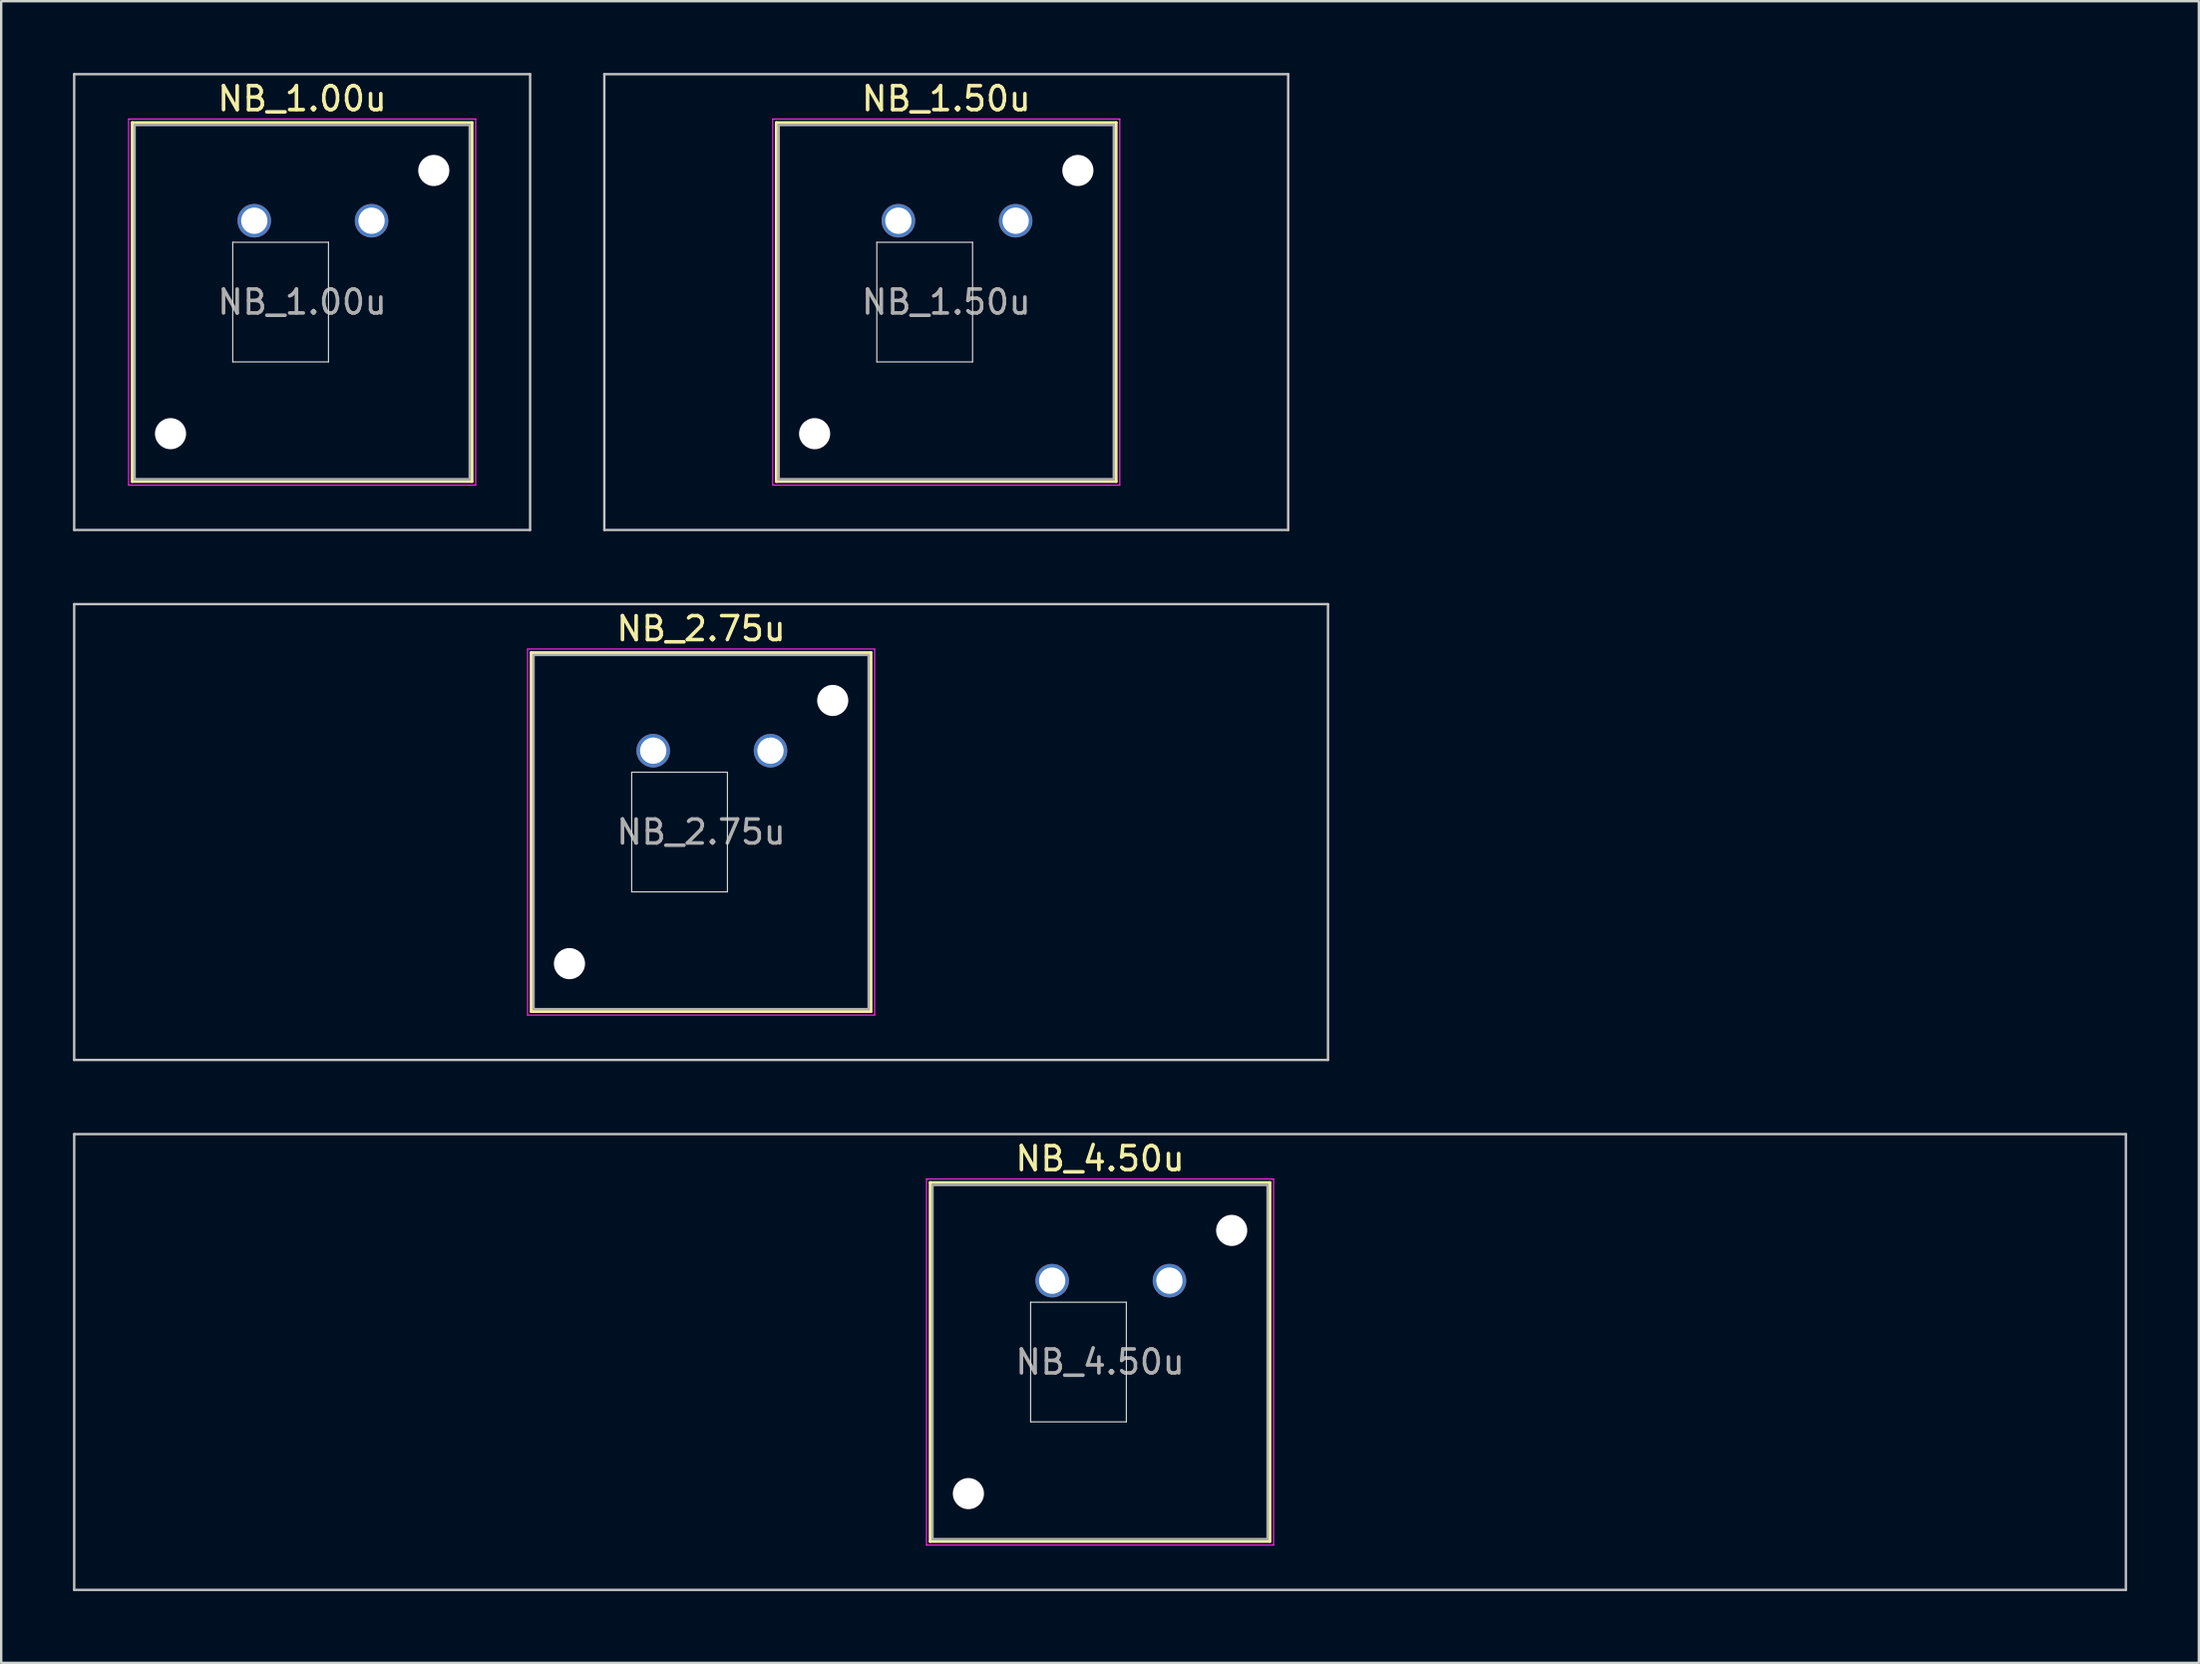
<source format=kicad_pcb>
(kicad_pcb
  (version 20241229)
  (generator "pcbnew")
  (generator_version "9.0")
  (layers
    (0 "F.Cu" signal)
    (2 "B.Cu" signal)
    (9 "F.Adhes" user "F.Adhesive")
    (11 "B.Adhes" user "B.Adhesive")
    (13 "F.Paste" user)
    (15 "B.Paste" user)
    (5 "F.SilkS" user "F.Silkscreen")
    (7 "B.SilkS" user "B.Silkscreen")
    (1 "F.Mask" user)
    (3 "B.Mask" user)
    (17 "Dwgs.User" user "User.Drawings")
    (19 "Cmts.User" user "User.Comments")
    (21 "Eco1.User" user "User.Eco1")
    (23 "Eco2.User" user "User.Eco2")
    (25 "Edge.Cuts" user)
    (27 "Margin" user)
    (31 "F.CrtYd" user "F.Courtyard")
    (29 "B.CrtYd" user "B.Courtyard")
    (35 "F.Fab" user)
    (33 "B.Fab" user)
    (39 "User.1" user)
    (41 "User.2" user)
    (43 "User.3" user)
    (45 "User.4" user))
  (footprint "NB_2.75u"
    (layer "F.Cu")
    (at 26.244 31.725)
    (property "Reference" "NB_2.75u" (at 0 -8.5 0) (layer "F.SilkS") (effects (font (size 1 1) (thickness 0.15))))
    (attr through_hole)
    (fp_line (start -7.1 -7.5) (end -7.1 7.5) (stroke (width 0.12) (type solid)) (layer "F.SilkS"))
    (fp_line (start -7.1 7.5) (end 7.1 7.5) (stroke (width 0.12) (type solid)) (layer "F.SilkS"))
    (fp_line (start 7.1 -7.5) (end -7.1 -7.5) (stroke (width 0.12) (type solid)) (layer "F.SilkS"))
    (fp_line (start 7.1 7.5) (end 7.1 -7.5) (stroke (width 0.12) (type solid)) (layer "F.SilkS"))
    (fp_line (start -26.194 -9.525) (end -26.194 9.525) (stroke (width 0.1) (type solid)) (layer "Dwgs.User"))
    (fp_line (start -26.194 9.525) (end 26.194 9.525) (stroke (width 0.1) (type solid)) (layer "Dwgs.User"))
    (fp_line (start 26.194 -9.525) (end -26.194 -9.525) (stroke (width 0.1) (type solid)) (layer "Dwgs.User"))
    (fp_line (start 26.194 9.525) (end 26.194 -9.525) (stroke (width 0.1) (type solid)) (layer "Dwgs.User"))
    (fp_line (start -8 -8) (end -8 8) (stroke (width 0.1) (type solid)) (layer "Eco1.User"))
    (fp_line (start -8 8) (end 8 8) (stroke (width 0.1) (type solid)) (layer "Eco1.User"))
    (fp_line (start 8 -8) (end -8 -8) (stroke (width 0.1) (type solid)) (layer "Eco1.User"))
    (fp_line (start 8 8) (end 8 -8) (stroke (width 0.1) (type solid)) (layer "Eco1.User"))
    (fp_line (start -2.9 -2.5) (end 1.1 -2.5) (stroke (width 0.05) (type solid)) (layer "Edge.Cuts"))
    (fp_line (start -2.9 2.5) (end -2.9 -2.5) (stroke (width 0.05) (type solid)) (layer "Edge.Cuts"))
    (fp_line (start 1.1 -2.5) (end 1.1 2.5) (stroke (width 0.05) (type solid)) (layer "Edge.Cuts"))
    (fp_line (start 1.1 2.5) (end -2.9 2.5) (stroke (width 0.05) (type solid)) (layer "Edge.Cuts"))
    (fp_line (start -7.25 -7.65) (end -7.25 7.65) (stroke (width 0.05) (type solid)) (layer "F.CrtYd"))
    (fp_line (start -7.25 7.65) (end 7.25 7.65) (stroke (width 0.05) (type solid)) (layer "F.CrtYd"))
    (fp_line (start 7.25 -7.65) (end -7.25 -7.65) (stroke (width 0.05) (type solid)) (layer "F.CrtYd"))
    (fp_line (start 7.25 7.65) (end 7.25 -7.65) (stroke (width 0.05) (type solid)) (layer "F.CrtYd"))
    (fp_line (start -7 -7.4) (end -7 7.4) (stroke (width 0.1) (type solid)) (layer "F.Fab"))
    (fp_line (start -7 7.4) (end 7 7.4) (stroke (width 0.1) (type solid)) (layer "F.Fab"))
    (fp_line (start 7 -7.4) (end -7 -7.4) (stroke (width 0.1) (type solid)) (layer "F.Fab"))
    (fp_line (start 7 7.4) (end 7 -7.4) (stroke (width 0.1) (type solid)) (layer "F.Fab"))
    (fp_text user "${REFERENCE}" (at 0 0 0) (layer "F.Fab") (effects (font (size 1 1) (thickness 0.15))))
    (pad "" np_thru_hole circle (at -5.5 5.5) (size 1.3 1.3) (drill 1.3) (layers "*.Cu" "*.Mask"))
    (pad "" np_thru_hole circle (at 5.5 -5.5) (size 1.3 1.3) (drill 1.3) (layers "*.Cu" "*.Mask"))
    (pad "1" thru_hole circle (at -2 -3.4) (size 1.4 1.4) (drill 1.1) (layers "*.Cu" "*.Mask"))
    (pad "2" thru_hole circle (at 2.9 -3.4) (size 1.4 1.4) (drill 1.1) (layers "*.Cu" "*.Mask")))
  (footprint "NB_1.50u"
    (layer "F.Cu")
    (at 36.487 9.575)
    (property "Reference" "NB_1.50u" (at 0 -8.5 0) (layer "F.SilkS") (effects (font (size 1 1) (thickness 0.15))))
    (attr through_hole)
    (fp_line (start -7.1 -7.5) (end -7.1 7.5) (stroke (width 0.12) (type solid)) (layer "F.SilkS"))
    (fp_line (start -7.1 7.5) (end 7.1 7.5) (stroke (width 0.12) (type solid)) (layer "F.SilkS"))
    (fp_line (start 7.1 -7.5) (end -7.1 -7.5) (stroke (width 0.12) (type solid)) (layer "F.SilkS"))
    (fp_line (start 7.1 7.5) (end 7.1 -7.5) (stroke (width 0.12) (type solid)) (layer "F.SilkS"))
    (fp_line (start -14.287 -9.525) (end -14.287 9.525) (stroke (width 0.1) (type solid)) (layer "Dwgs.User"))
    (fp_line (start -14.287 9.525) (end 14.287 9.525) (stroke (width 0.1) (type solid)) (layer "Dwgs.User"))
    (fp_line (start 14.287 -9.525) (end -14.287 -9.525) (stroke (width 0.1) (type solid)) (layer "Dwgs.User"))
    (fp_line (start 14.287 9.525) (end 14.287 -9.525) (stroke (width 0.1) (type solid)) (layer "Dwgs.User"))
    (fp_line (start -8 -8) (end -8 8) (stroke (width 0.1) (type solid)) (layer "Eco1.User"))
    (fp_line (start -8 8) (end 8 8) (stroke (width 0.1) (type solid)) (layer "Eco1.User"))
    (fp_line (start 8 -8) (end -8 -8) (stroke (width 0.1) (type solid)) (layer "Eco1.User"))
    (fp_line (start 8 8) (end 8 -8) (stroke (width 0.1) (type solid)) (layer "Eco1.User"))
    (fp_line (start -2.9 -2.5) (end 1.1 -2.5) (stroke (width 0.05) (type solid)) (layer "Edge.Cuts"))
    (fp_line (start -2.9 2.5) (end -2.9 -2.5) (stroke (width 0.05) (type solid)) (layer "Edge.Cuts"))
    (fp_line (start 1.1 -2.5) (end 1.1 2.5) (stroke (width 0.05) (type solid)) (layer "Edge.Cuts"))
    (fp_line (start 1.1 2.5) (end -2.9 2.5) (stroke (width 0.05) (type solid)) (layer "Edge.Cuts"))
    (fp_line (start -7.25 -7.65) (end -7.25 7.65) (stroke (width 0.05) (type solid)) (layer "F.CrtYd"))
    (fp_line (start -7.25 7.65) (end 7.25 7.65) (stroke (width 0.05) (type solid)) (layer "F.CrtYd"))
    (fp_line (start 7.25 -7.65) (end -7.25 -7.65) (stroke (width 0.05) (type solid)) (layer "F.CrtYd"))
    (fp_line (start 7.25 7.65) (end 7.25 -7.65) (stroke (width 0.05) (type solid)) (layer "F.CrtYd"))
    (fp_line (start -7 -7.4) (end -7 7.4) (stroke (width 0.1) (type solid)) (layer "F.Fab"))
    (fp_line (start -7 7.4) (end 7 7.4) (stroke (width 0.1) (type solid)) (layer "F.Fab"))
    (fp_line (start 7 -7.4) (end -7 -7.4) (stroke (width 0.1) (type solid)) (layer "F.Fab"))
    (fp_line (start 7 7.4) (end 7 -7.4) (stroke (width 0.1) (type solid)) (layer "F.Fab"))
    (fp_text user "${REFERENCE}" (at 0 0 0) (layer "F.Fab") (effects (font (size 1 1) (thickness 0.15))))
    (pad "" np_thru_hole circle (at -5.5 5.5) (size 1.3 1.3) (drill 1.3) (layers "*.Cu" "*.Mask"))
    (pad "" np_thru_hole circle (at 5.5 -5.5) (size 1.3 1.3) (drill 1.3) (layers "*.Cu" "*.Mask"))
    (pad "1" thru_hole circle (at -2 -3.4) (size 1.4 1.4) (drill 1.1) (layers "*.Cu" "*.Mask"))
    (pad "2" thru_hole circle (at 2.9 -3.4) (size 1.4 1.4) (drill 1.1) (layers "*.Cu" "*.Mask")))
  (footprint "NB_1.00u"
    (layer "F.Cu")
    (at 9.575 9.575)
    (property "Reference" "NB_1.00u" (at 0 -8.5 0) (layer "F.SilkS") (effects (font (size 1 1) (thickness 0.15))))
    (attr through_hole)
    (fp_line (start -7.1 -7.5) (end -7.1 7.5) (stroke (width 0.12) (type solid)) (layer "F.SilkS"))
    (fp_line (start -7.1 7.5) (end 7.1 7.5) (stroke (width 0.12) (type solid)) (layer "F.SilkS"))
    (fp_line (start 7.1 -7.5) (end -7.1 -7.5) (stroke (width 0.12) (type solid)) (layer "F.SilkS"))
    (fp_line (start 7.1 7.5) (end 7.1 -7.5) (stroke (width 0.12) (type solid)) (layer "F.SilkS"))
    (fp_line (start -9.525 -9.525) (end -9.525 9.525) (stroke (width 0.1) (type solid)) (layer "Dwgs.User"))
    (fp_line (start -9.525 9.525) (end 9.525 9.525) (stroke (width 0.1) (type solid)) (layer "Dwgs.User"))
    (fp_line (start 9.525 -9.525) (end -9.525 -9.525) (stroke (width 0.1) (type solid)) (layer "Dwgs.User"))
    (fp_line (start 9.525 9.525) (end 9.525 -9.525) (stroke (width 0.1) (type solid)) (layer "Dwgs.User"))
    (fp_line (start -8 -8) (end -8 8) (stroke (width 0.1) (type solid)) (layer "Eco1.User"))
    (fp_line (start -8 8) (end 8 8) (stroke (width 0.1) (type solid)) (layer "Eco1.User"))
    (fp_line (start 8 -8) (end -8 -8) (stroke (width 0.1) (type solid)) (layer "Eco1.User"))
    (fp_line (start 8 8) (end 8 -8) (stroke (width 0.1) (type solid)) (layer "Eco1.User"))
    (fp_line (start -2.9 -2.5) (end 1.1 -2.5) (stroke (width 0.05) (type solid)) (layer "Edge.Cuts"))
    (fp_line (start -2.9 2.5) (end -2.9 -2.5) (stroke (width 0.05) (type solid)) (layer "Edge.Cuts"))
    (fp_line (start 1.1 -2.5) (end 1.1 2.5) (stroke (width 0.05) (type solid)) (layer "Edge.Cuts"))
    (fp_line (start 1.1 2.5) (end -2.9 2.5) (stroke (width 0.05) (type solid)) (layer "Edge.Cuts"))
    (fp_line (start -7.25 -7.65) (end -7.25 7.65) (stroke (width 0.05) (type solid)) (layer "F.CrtYd"))
    (fp_line (start -7.25 7.65) (end 7.25 7.65) (stroke (width 0.05) (type solid)) (layer "F.CrtYd"))
    (fp_line (start 7.25 -7.65) (end -7.25 -7.65) (stroke (width 0.05) (type solid)) (layer "F.CrtYd"))
    (fp_line (start 7.25 7.65) (end 7.25 -7.65) (stroke (width 0.05) (type solid)) (layer "F.CrtYd"))
    (fp_line (start -7 -7.4) (end -7 7.4) (stroke (width 0.1) (type solid)) (layer "F.Fab"))
    (fp_line (start -7 7.4) (end 7 7.4) (stroke (width 0.1) (type solid)) (layer "F.Fab"))
    (fp_line (start 7 -7.4) (end -7 -7.4) (stroke (width 0.1) (type solid)) (layer "F.Fab"))
    (fp_line (start 7 7.4) (end 7 -7.4) (stroke (width 0.1) (type solid)) (layer "F.Fab"))
    (fp_text user "${REFERENCE}" (at 0 0 0) (layer "F.Fab") (effects (font (size 1 1) (thickness 0.15))))
    (pad "" np_thru_hole circle (at -5.5 5.5) (size 1.3 1.3) (drill 1.3) (layers "*.Cu" "*.Mask"))
    (pad "" np_thru_hole circle (at 5.5 -5.5) (size 1.3 1.3) (drill 1.3) (layers "*.Cu" "*.Mask"))
    (pad "1" thru_hole circle (at -2 -3.4) (size 1.4 1.4) (drill 1.1) (layers "*.Cu" "*.Mask"))
    (pad "2" thru_hole circle (at 2.9 -3.4) (size 1.4 1.4) (drill 1.1) (layers "*.Cu" "*.Mask")))
  (footprint "NB_4.50u"
    (layer "F.Cu")
    (at 42.913 53.875)
    (property "Reference" "NB_4.50u" (at 0 -8.5 0) (layer "F.SilkS") (effects (font (size 1 1) (thickness 0.15))))
    (attr through_hole)
    (fp_line (start -7.1 -7.5) (end -7.1 7.5) (stroke (width 0.12) (type solid)) (layer "F.SilkS"))
    (fp_line (start -7.1 7.5) (end 7.1 7.5) (stroke (width 0.12) (type solid)) (layer "F.SilkS"))
    (fp_line (start 7.1 -7.5) (end -7.1 -7.5) (stroke (width 0.12) (type solid)) (layer "F.SilkS"))
    (fp_line (start 7.1 7.5) (end 7.1 -7.5) (stroke (width 0.12) (type solid)) (layer "F.SilkS"))
    (fp_line (start -42.862 -9.525) (end -42.862 9.525) (stroke (width 0.1) (type solid)) (layer "Dwgs.User"))
    (fp_line (start -42.862 9.525) (end 42.862 9.525) (stroke (width 0.1) (type solid)) (layer "Dwgs.User"))
    (fp_line (start 42.862 -9.525) (end -42.862 -9.525) (stroke (width 0.1) (type solid)) (layer "Dwgs.User"))
    (fp_line (start 42.862 9.525) (end 42.862 -9.525) (stroke (width 0.1) (type solid)) (layer "Dwgs.User"))
    (fp_line (start -8 -8) (end -8 8) (stroke (width 0.1) (type solid)) (layer "Eco1.User"))
    (fp_line (start -8 8) (end 8 8) (stroke (width 0.1) (type solid)) (layer "Eco1.User"))
    (fp_line (start 8 -8) (end -8 -8) (stroke (width 0.1) (type solid)) (layer "Eco1.User"))
    (fp_line (start 8 8) (end 8 -8) (stroke (width 0.1) (type solid)) (layer "Eco1.User"))
    (fp_line (start -2.9 -2.5) (end 1.1 -2.5) (stroke (width 0.05) (type solid)) (layer "Edge.Cuts"))
    (fp_line (start -2.9 2.5) (end -2.9 -2.5) (stroke (width 0.05) (type solid)) (layer "Edge.Cuts"))
    (fp_line (start 1.1 -2.5) (end 1.1 2.5) (stroke (width 0.05) (type solid)) (layer "Edge.Cuts"))
    (fp_line (start 1.1 2.5) (end -2.9 2.5) (stroke (width 0.05) (type solid)) (layer "Edge.Cuts"))
    (fp_line (start -7.25 -7.65) (end -7.25 7.65) (stroke (width 0.05) (type solid)) (layer "F.CrtYd"))
    (fp_line (start -7.25 7.65) (end 7.25 7.65) (stroke (width 0.05) (type solid)) (layer "F.CrtYd"))
    (fp_line (start 7.25 -7.65) (end -7.25 -7.65) (stroke (width 0.05) (type solid)) (layer "F.CrtYd"))
    (fp_line (start 7.25 7.65) (end 7.25 -7.65) (stroke (width 0.05) (type solid)) (layer "F.CrtYd"))
    (fp_line (start -7 -7.4) (end -7 7.4) (stroke (width 0.1) (type solid)) (layer "F.Fab"))
    (fp_line (start -7 7.4) (end 7 7.4) (stroke (width 0.1) (type solid)) (layer "F.Fab"))
    (fp_line (start 7 -7.4) (end -7 -7.4) (stroke (width 0.1) (type solid)) (layer "F.Fab"))
    (fp_line (start 7 7.4) (end 7 -7.4) (stroke (width 0.1) (type solid)) (layer "F.Fab"))
    (fp_text user "${REFERENCE}" (at 0 0 0) (layer "F.Fab") (effects (font (size 1 1) (thickness 0.15))))
    (pad "" np_thru_hole circle (at -5.5 5.5) (size 1.3 1.3) (drill 1.3) (layers "*.Cu" "*.Mask"))
    (pad "" np_thru_hole circle (at 5.5 -5.5) (size 1.3 1.3) (drill 1.3) (layers "*.Cu" "*.Mask"))
    (pad "1" thru_hole circle (at -2 -3.4) (size 1.4 1.4) (drill 1.1) (layers "*.Cu" "*.Mask"))
    (pad "2" thru_hole circle (at 2.9 -3.4) (size 1.4 1.4) (drill 1.1) (layers "*.Cu" "*.Mask")))
  (gr_rect
    (start -3 -3)
    (end 88.825 66.45)
    (stroke (width 0.1) (type default))
    (fill no)
    (layer "Edge.Cuts")))
</source>
